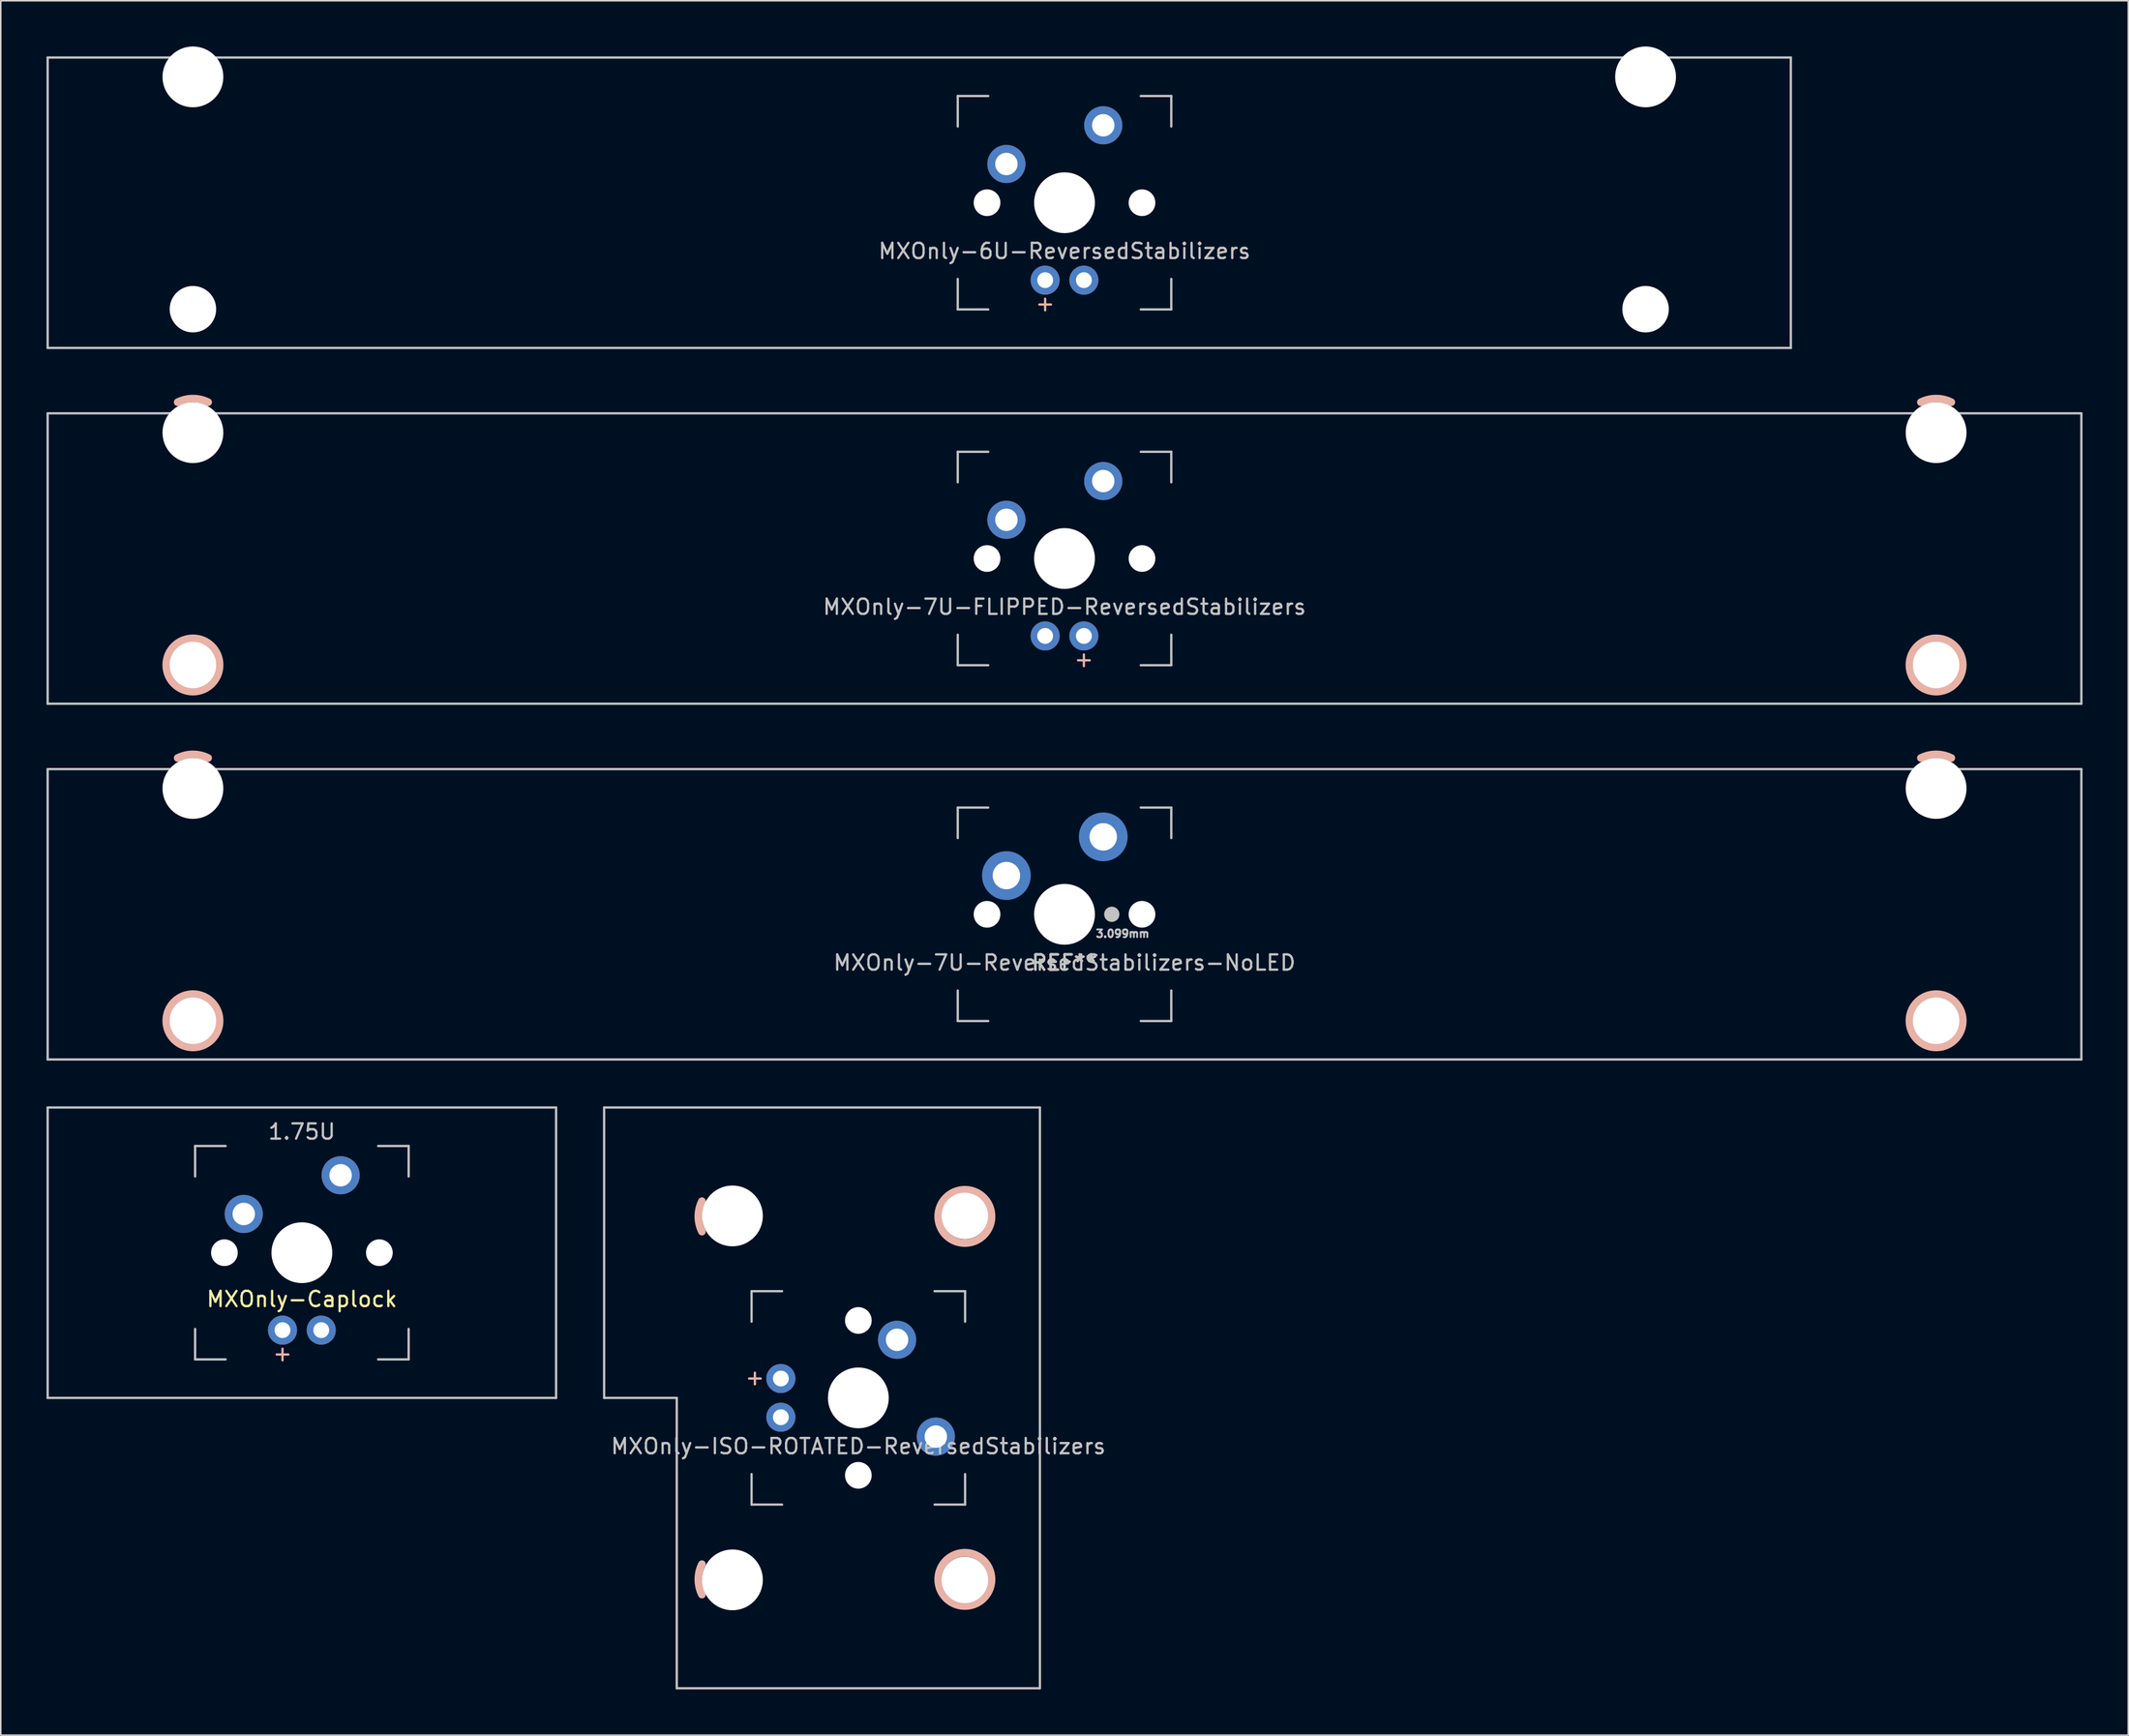
<source format=kicad_pcb>
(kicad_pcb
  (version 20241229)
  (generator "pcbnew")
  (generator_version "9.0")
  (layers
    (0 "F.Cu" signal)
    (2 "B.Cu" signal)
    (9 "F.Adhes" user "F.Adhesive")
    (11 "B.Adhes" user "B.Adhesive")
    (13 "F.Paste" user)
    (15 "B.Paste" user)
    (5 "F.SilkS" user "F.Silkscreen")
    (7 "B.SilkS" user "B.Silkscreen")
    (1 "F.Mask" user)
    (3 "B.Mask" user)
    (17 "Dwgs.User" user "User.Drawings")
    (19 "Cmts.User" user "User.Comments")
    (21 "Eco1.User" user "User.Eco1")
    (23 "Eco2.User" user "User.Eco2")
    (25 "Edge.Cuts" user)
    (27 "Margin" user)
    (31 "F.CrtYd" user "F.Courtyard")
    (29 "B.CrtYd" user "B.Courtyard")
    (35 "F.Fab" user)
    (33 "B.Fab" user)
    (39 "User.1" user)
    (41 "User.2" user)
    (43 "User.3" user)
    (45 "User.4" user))
  (footprint "MXOnly-7U-ReversedStabilizers-NoLED"
    (layer "F.Cu")
    (at 66.75 56.931)
    (property "Reference" "MXOnly-7U-ReversedStabilizers-NoLED" (at 0 3.175 0) (layer "Dwgs.User") (effects (font (size 1 1) (thickness 0.15))))
    (attr through_hole)
    (fp_arc (start -58.15 -10.255) (mid -57.150587 -10.491068) (end -56.151051 -10.255525) (stroke (width 0.5) (type solid)) (layer "B.SilkS"))
    (fp_arc (start 56.15 -10.255) (mid 57.149413 -10.491068) (end 58.148949 -10.255525) (stroke (width 0.5) (type solid)) (layer "B.SilkS"))
    (fp_circle (center -57.15 6.985) (end -58.9 6.985) (stroke (width 0.5) (type solid)) (fill no) (layer "B.SilkS"))
    (fp_circle (center 57.15 6.985) (end 55.4 6.985) (stroke (width 0.5) (type solid)) (fill no) (layer "B.SilkS"))
    (fp_line (start -66.675 -9.525) (end 66.675 -9.525) (stroke (width 0.15) (type solid)) (layer "Dwgs.User"))
    (fp_line (start -66.675 9.525) (end -66.675 -9.525) (stroke (width 0.15) (type solid)) (layer "Dwgs.User"))
    (fp_line (start -66.675 9.525) (end 66.675 9.525) (stroke (width 0.15) (type solid)) (layer "Dwgs.User"))
    (fp_line (start -7 -7) (end -7 -5) (stroke (width 0.15) (type solid)) (layer "Dwgs.User"))
    (fp_line (start -7 5) (end -7 7) (stroke (width 0.15) (type solid)) (layer "Dwgs.User"))
    (fp_line (start -7 7) (end -5 7) (stroke (width 0.15) (type solid)) (layer "Dwgs.User"))
    (fp_line (start -5 -7) (end -7 -7) (stroke (width 0.15) (type solid)) (layer "Dwgs.User"))
    (fp_line (start 5 -7) (end 7 -7) (stroke (width 0.15) (type solid)) (layer "Dwgs.User"))
    (fp_line (start 5 7) (end 7 7) (stroke (width 0.15) (type solid)) (layer "Dwgs.User"))
    (fp_line (start 7 -7) (end 7 -5) (stroke (width 0.15) (type solid)) (layer "Dwgs.User"))
    (fp_line (start 7 7) (end 7 5) (stroke (width 0.15) (type solid)) (layer "Dwgs.User"))
    (fp_line (start 66.675 -9.525) (end 66.675 9.525) (stroke (width 0.15) (type solid)) (layer "Dwgs.User"))
    (fp_text user "REF**" (at 0 3.175 0) (layer "Dwgs.User") (effects (font (size 1 1) (thickness 0.15))))
    (fp_text user "REF**" (at 0 3.175 0) (layer "Dwgs.User") (effects (font (size 1 1) (thickness 0.15))))
    (fp_text user "3.099mm" (at 3.81 1.27 0) (layer "Dwgs.User") (effects (font (size 0.5 0.5) (thickness 0.125))))
    (fp_text user "REF**" (at 0 3.175 0) (layer "Dwgs.User") (effects (font (size 1 1) (thickness 0.15))))
    (pad "" np_thru_hole circle (at -57.15 -8.255) (size 3.988 3.988) (drill 3.988) (layers "*.Cu" "*.Mask"))
    (pad "" np_thru_hole circle (at -57.15 6.985) (size 3.048 3.048) (drill 3.048) (layers "*.Cu" "*.Mask"))
    (pad "" np_thru_hole circle (at -5.08 0 48.1) (size 1.75 1.75) (drill 1.75) (layers "*.Cu" "*.Mask"))
    (pad "" smd circle (at -3.81 -2.54) (size 2.8 2.8) (layers "B.Mask"))
    (pad "" np_thru_hole circle (at 0 0) (size 3.988 3.988) (drill 3.988) (layers "*.Cu" "*.Mask"))
    (pad "" smd circle (at 2.54 -5.08) (size 2.8 2.8) (layers "B.Mask"))
    (pad "" smd circle (at 3.099 0) (size 1 1) (layers "Dwgs.User"))
    (pad "" np_thru_hole circle (at 5.08 0 48.1) (size 1.75 1.75) (drill 1.75) (layers "*.Cu" "*.Mask"))
    (pad "" np_thru_hole circle (at 57.15 -8.255) (size 3.988 3.988) (drill 3.988) (layers "*.Cu" "*.Mask"))
    (pad "" np_thru_hole circle (at 57.15 6.985) (size 3.048 3.048) (drill 3.048) (layers "*.Cu" "*.Mask"))
    (pad "1" thru_hole circle (at -3.81 -2.54) (size 2.4 2.4) (drill 1.8) (layers "*.Cu"))
    (pad "1" connect circle (at -3.81 -2.54) (size 3.2 3.2) (layers "B.Cu"))
    (pad "2" thru_hole circle (at 2.54 -5.08) (size 2.4 2.4) (drill 1.8) (layers "*.Cu"))
    (pad "2" connect circle (at 2.54 -5.08) (size 3.2 3.2) (layers "B.Cu")))
  (footprint "MXOnly-Caplock"
    (layer "F.Cu")
    (at 16.744 79.131)
    (property "Reference" "MXOnly-Caplock" (at 0 3.048 0) (layer "F.SilkS") (effects (font (size 1 1) (thickness 0.15))))
    (attr through_hole)
    (fp_line (start -16.669 -9.525) (end 16.669 -9.525) (stroke (width 0.15) (type solid)) (layer "Dwgs.User"))
    (fp_line (start -16.669 9.525) (end -16.669 -9.525) (stroke (width 0.15) (type solid)) (layer "Dwgs.User"))
    (fp_line (start -16.669 9.525) (end 16.669 9.525) (stroke (width 0.15) (type solid)) (layer "Dwgs.User"))
    (fp_line (start -7 -7) (end -7 -5) (stroke (width 0.15) (type solid)) (layer "Dwgs.User"))
    (fp_line (start -7 5) (end -7 7) (stroke (width 0.15) (type solid)) (layer "Dwgs.User"))
    (fp_line (start -7 7) (end -5 7) (stroke (width 0.15) (type solid)) (layer "Dwgs.User"))
    (fp_line (start -5 -7) (end -7 -7) (stroke (width 0.15) (type solid)) (layer "Dwgs.User"))
    (fp_line (start 5 -7) (end 7 -7) (stroke (width 0.15) (type solid)) (layer "Dwgs.User"))
    (fp_line (start 5 7) (end 7 7) (stroke (width 0.15) (type solid)) (layer "Dwgs.User"))
    (fp_line (start 7 -7) (end 7 -5) (stroke (width 0.15) (type solid)) (layer "Dwgs.User"))
    (fp_line (start 7 7) (end 7 5) (stroke (width 0.15) (type solid)) (layer "Dwgs.User"))
    (fp_line (start 16.669 -9.525) (end 16.669 9.525) (stroke (width 0.15) (type solid)) (layer "Dwgs.User"))
    (fp_text user "+" (at -1.27 6.604 0) (layer "B.SilkS") (effects (font (size 1 1) (thickness 0.15))))
    (fp_text user "1.75U" (at 0 -7.938 0) (layer "Dwgs.User") (effects (font (size 1 1) (thickness 0.15))))
    (pad "" np_thru_hole circle (at -5.08 0 48.1) (size 1.75 1.75) (drill 1.75) (layers "*.Cu" "*.Mask"))
    (pad "" np_thru_hole circle (at 0 0) (size 3.988 3.988) (drill 3.988) (layers "*.Cu" "*.Mask"))
    (pad "" np_thru_hole circle (at 5.08 0 48.1) (size 1.75 1.75) (drill 1.75) (layers "*.Cu" "*.Mask"))
    (pad "1" thru_hole circle (at -3.81 -2.54) (size 2.5 2.5) (drill 1.47) (layers "*.Cu" "*.Mask"))
    (pad "2" thru_hole circle (at 2.54 -5.08) (size 2.5 2.5) (drill 1.47) (layers "*.Cu" "*.Mask"))
    (pad "3" thru_hole circle (at -1.27 5.08) (size 1.905 1.905) (drill 1.04) (layers "*.Cu" "*.Mask"))
    (pad "4" thru_hole circle (at 1.27 5.08) (size 1.905 1.905) (drill 1.04) (layers "*.Cu" "*.Mask")))
  (footprint "MXOnly-7U-FLIPPED-ReversedStabilizers"
    (layer "F.Cu")
    (at 66.75 33.59)
    (property "Reference" "MXOnly-7U-FLIPPED-ReversedStabilizers" (at 0 3.175 0) (layer "Dwgs.User") (effects (font (size 1 1) (thickness 0.15))))
    (attr through_hole)
    (fp_arc (start -58.15 -10.255) (mid -57.150587 -10.491068) (end -56.151051 -10.255525) (stroke (width 0.5) (type solid)) (layer "B.SilkS"))
    (fp_arc (start 56.15 -10.255) (mid 57.149413 -10.491068) (end 58.148949 -10.255525) (stroke (width 0.5) (type solid)) (layer "B.SilkS"))
    (fp_circle (center -57.15 6.985) (end -58.9 6.985) (stroke (width 0.5) (type solid)) (fill no) (layer "B.SilkS"))
    (fp_circle (center 57.15 6.985) (end 55.4 6.985) (stroke (width 0.5) (type solid)) (fill no) (layer "B.SilkS"))
    (fp_line (start -66.675 -9.525) (end 66.675 -9.525) (stroke (width 0.15) (type solid)) (layer "Dwgs.User"))
    (fp_line (start -66.675 9.525) (end -66.675 -9.525) (stroke (width 0.15) (type solid)) (layer "Dwgs.User"))
    (fp_line (start -66.675 9.525) (end 66.675 9.525) (stroke (width 0.15) (type solid)) (layer "Dwgs.User"))
    (fp_line (start -7 -7) (end -7 -5) (stroke (width 0.15) (type solid)) (layer "Dwgs.User"))
    (fp_line (start -7 5) (end -7 7) (stroke (width 0.15) (type solid)) (layer "Dwgs.User"))
    (fp_line (start -7 7) (end -5 7) (stroke (width 0.15) (type solid)) (layer "Dwgs.User"))
    (fp_line (start -5 -7) (end -7 -7) (stroke (width 0.15) (type solid)) (layer "Dwgs.User"))
    (fp_line (start 5 -7) (end 7 -7) (stroke (width 0.15) (type solid)) (layer "Dwgs.User"))
    (fp_line (start 5 7) (end 7 7) (stroke (width 0.15) (type solid)) (layer "Dwgs.User"))
    (fp_line (start 7 -7) (end 7 -5) (stroke (width 0.15) (type solid)) (layer "Dwgs.User"))
    (fp_line (start 7 7) (end 7 5) (stroke (width 0.15) (type solid)) (layer "Dwgs.User"))
    (fp_line (start 66.675 -9.525) (end 66.675 9.525) (stroke (width 0.15) (type solid)) (layer "Dwgs.User"))
    (fp_text user "+" (at 1.27 6.604 0) (layer "B.SilkS") (effects (font (size 1 1) (thickness 0.15))))
    (pad "" np_thru_hole circle (at -57.15 -8.255) (size 3.988 3.988) (drill 3.988) (layers "*.Cu" "*.Mask"))
    (pad "" np_thru_hole circle (at -57.15 6.985) (size 3.048 3.048) (drill 3.048) (layers "*.Cu" "*.Mask"))
    (pad "" np_thru_hole circle (at -5.08 0 48.1) (size 1.75 1.75) (drill 1.75) (layers "*.Cu" "*.Mask"))
    (pad "" np_thru_hole circle (at 0 0) (size 3.988 3.988) (drill 3.988) (layers "*.Cu" "*.Mask"))
    (pad "" np_thru_hole circle (at 5.08 0 48.1) (size 1.75 1.75) (drill 1.75) (layers "*.Cu" "*.Mask"))
    (pad "" np_thru_hole circle (at 57.15 -8.255) (size 3.988 3.988) (drill 3.988) (layers "*.Cu" "*.Mask"))
    (pad "" np_thru_hole circle (at 57.15 6.985) (size 3.048 3.048) (drill 3.048) (layers "*.Cu" "*.Mask"))
    (pad "1" thru_hole circle (at -3.81 -2.54) (size 2.5 2.5) (drill 1.47) (layers "*.Cu" "*.Mask"))
    (pad "2" thru_hole circle (at 2.54 -5.08) (size 2.5 2.5) (drill 1.47) (layers "*.Cu" "*.Mask"))
    (pad "3" thru_hole circle (at 1.27 5.08) (size 1.905 1.905) (drill 1.04) (layers "*.Cu" "*.Mask"))
    (pad "4" thru_hole circle (at -1.27 5.08) (size 1.905 1.905) (drill 1.04) (layers "*.Cu" "*.Mask")))
  (footprint "MXOnly-6U-ReversedStabilizers"
    (layer "F.Cu")
    (at 57.225 10.249)
    (property "Reference" "MXOnly-6U-ReversedStabilizers" (at 9.525 3.175 0) (layer "Dwgs.User") (effects (font (size 1 1) (thickness 0.15))))
    (attr through_hole)
    (fp_line (start -57.15 -9.525) (end 57.15 -9.525) (stroke (width 0.15) (type solid)) (layer "Dwgs.User"))
    (fp_line (start -57.15 9.525) (end -57.15 -9.525) (stroke (width 0.15) (type solid)) (layer "Dwgs.User"))
    (fp_line (start -57.15 9.525) (end 57.15 9.525) (stroke (width 0.15) (type solid)) (layer "Dwgs.User"))
    (fp_line (start 2.525 -7) (end 2.525 -5) (stroke (width 0.15) (type solid)) (layer "Dwgs.User"))
    (fp_line (start 2.525 5) (end 2.525 7) (stroke (width 0.15) (type solid)) (layer "Dwgs.User"))
    (fp_line (start 2.525 7) (end 4.525 7) (stroke (width 0.15) (type solid)) (layer "Dwgs.User"))
    (fp_line (start 4.525 -7) (end 2.525 -7) (stroke (width 0.15) (type solid)) (layer "Dwgs.User"))
    (fp_line (start 14.525 -7) (end 16.525 -7) (stroke (width 0.15) (type solid)) (layer "Dwgs.User"))
    (fp_line (start 14.525 7) (end 16.525 7) (stroke (width 0.15) (type solid)) (layer "Dwgs.User"))
    (fp_line (start 16.525 -7) (end 16.525 -5) (stroke (width 0.15) (type solid)) (layer "Dwgs.User"))
    (fp_line (start 16.525 7) (end 16.525 5) (stroke (width 0.15) (type solid)) (layer "Dwgs.User"))
    (fp_line (start 57.15 -9.525) (end 57.15 9.525) (stroke (width 0.15) (type solid)) (layer "Dwgs.User"))
    (fp_text user "+" (at 8.255 6.604 0) (layer "B.SilkS") (effects (font (size 1 1) (thickness 0.15))))
    (pad "" np_thru_hole circle (at -47.625 -8.255) (size 3.988 3.988) (drill 3.988) (layers "*.Cu" "*.Mask"))
    (pad "" np_thru_hole circle (at -47.625 6.985) (size 3.048 3.048) (drill 3.048) (layers "*.Cu" "*.Mask"))
    (pad "" np_thru_hole circle (at 4.445 0 48.1) (size 1.75 1.75) (drill 1.75) (layers "*.Cu" "*.Mask"))
    (pad "" np_thru_hole circle (at 9.525 0) (size 3.988 3.988) (drill 3.988) (layers "*.Cu" "*.Mask"))
    (pad "" np_thru_hole circle (at 14.605 0 48.1) (size 1.75 1.75) (drill 1.75) (layers "*.Cu" "*.Mask"))
    (pad "" np_thru_hole circle (at 47.625 -8.255) (size 3.988 3.988) (drill 3.988) (layers "*.Cu" "*.Mask"))
    (pad "" np_thru_hole circle (at 47.625 6.985) (size 3.048 3.048) (drill 3.048) (layers "*.Cu" "*.Mask"))
    (pad "1" thru_hole circle (at 5.715 -2.54) (size 2.5 2.5) (drill 1.47) (layers "*.Cu" "*.Mask"))
    (pad "2" thru_hole circle (at 12.065 -5.08) (size 2.5 2.5) (drill 1.47) (layers "*.Cu" "*.Mask"))
    (pad "3" thru_hole circle (at 8.255 5.08) (size 1.905 1.905) (drill 1.04) (layers "*.Cu" "*.Mask"))
    (pad "4" thru_hole circle (at 10.795 5.08) (size 1.905 1.905) (drill 1.04) (layers "*.Cu" "*.Mask")))
  (footprint "MXOnly-ISO-ROTATED-ReversedStabilizers"
    (layer "F.Cu")
    (at 53.231 88.656)
    (property "Reference" "MXOnly-ISO-ROTATED-ReversedStabilizers" (at 0 3.175 0) (layer "Dwgs.User") (effects (font (size 1 1) (thickness 0.15))))
    (attr through_hole)
    (fp_arc (start -10.255 -10.90625) (mid -10.491068 -11.905663) (end -10.255525 -12.905199) (stroke (width 0.5) (type solid)) (layer "B.SilkS"))
    (fp_arc (start -10.255 12.90625) (mid -10.491068 11.906837) (end -10.255525 10.907301) (stroke (width 0.5) (type solid)) (layer "B.SilkS"))
    (fp_circle (center 6.985 -11.906) (end 6.985 -10.156) (stroke (width 0.5) (type solid)) (fill no) (layer "B.SilkS"))
    (fp_circle (center 6.985 11.906) (end 6.985 13.656) (stroke (width 0.5) (type solid)) (fill no) (layer "B.SilkS"))
    (fp_line (start -16.669 -19.05) (end -16.669 0) (stroke (width 0.15) (type solid)) (layer "Dwgs.User"))
    (fp_line (start -16.669 -19.05) (end 11.906 -19.05) (stroke (width 0.15) (type solid)) (layer "Dwgs.User"))
    (fp_line (start -11.906 0) (end -16.669 0) (stroke (width 0.15) (type solid)) (layer "Dwgs.User"))
    (fp_line (start -11.906 19.05) (end -11.906 0) (stroke (width 0.15) (type solid)) (layer "Dwgs.User"))
    (fp_line (start -11.906 19.05) (end 11.906 19.05) (stroke (width 0.15) (type solid)) (layer "Dwgs.User"))
    (fp_line (start -7 -7) (end -7 -5) (stroke (width 0.15) (type solid)) (layer "Dwgs.User"))
    (fp_line (start -7 5) (end -7 7) (stroke (width 0.15) (type solid)) (layer "Dwgs.User"))
    (fp_line (start -7 7) (end -5 7) (stroke (width 0.15) (type solid)) (layer "Dwgs.User"))
    (fp_line (start -5 -7) (end -7 -7) (stroke (width 0.15) (type solid)) (layer "Dwgs.User"))
    (fp_line (start 5 -7) (end 7 -7) (stroke (width 0.15) (type solid)) (layer "Dwgs.User"))
    (fp_line (start 5 7) (end 7 7) (stroke (width 0.15) (type solid)) (layer "Dwgs.User"))
    (fp_line (start 7 -7) (end 7 -5) (stroke (width 0.15) (type solid)) (layer "Dwgs.User"))
    (fp_line (start 7 7) (end 7 5) (stroke (width 0.15) (type solid)) (layer "Dwgs.User"))
    (fp_line (start 11.906 -19.05) (end 11.906 19.05) (stroke (width 0.15) (type solid)) (layer "Dwgs.User"))
    (fp_text user "+" (at -6.858 -1.27 270) (layer "B.SilkS") (effects (font (size 1 1) (thickness 0.15))))
    (pad "" np_thru_hole circle (at -8.255 -11.938) (size 3.988 3.988) (drill 3.988) (layers "*.Cu" "*.Mask"))
    (pad "" np_thru_hole circle (at -8.255 11.938) (size 3.988 3.988) (drill 3.988) (layers "*.Cu" "*.Mask"))
    (pad "" np_thru_hole circle (at 0 -5.08 48.1) (size 1.75 1.75) (drill 1.75) (layers "*.Cu" "*.Mask"))
    (pad "" np_thru_hole circle (at 0 0) (size 3.988 3.988) (drill 3.988) (layers "*.Cu" "*.Mask"))
    (pad "" np_thru_hole circle (at 0 5.08 48.1) (size 1.75 1.75) (drill 1.75) (layers "*.Cu" "*.Mask"))
    (pad "" np_thru_hole circle (at 6.985 -11.938) (size 3.048 3.048) (drill 3.048) (layers "*.Cu" "*.Mask"))
    (pad "" np_thru_hole circle (at 6.985 11.938) (size 3.048 3.048) (drill 3.048) (layers "*.Cu" "*.Mask"))
    (pad "1" thru_hole circle (at 2.54 -3.81) (size 2.5 2.5) (drill 1.47) (layers "*.Cu" "*.Mask"))
    (pad "2" thru_hole circle (at 5.08 2.54) (size 2.5 2.5) (drill 1.47) (layers "*.Cu" "*.Mask"))
    (pad "3" thru_hole circle (at -5.08 -1.27) (size 1.905 1.905) (drill 1.04) (layers "*.Cu" "*.Mask"))
    (pad "4" thru_hole circle (at -5.08 1.27) (size 1.905 1.905) (drill 1.04) (layers "*.Cu" "*.Mask")))
  (gr_rect
    (start -3 -3)
    (end 136.5 110.781)
    (stroke (width 0.1) (type default))
    (fill no)
    (layer "Edge.Cuts")))
</source>
